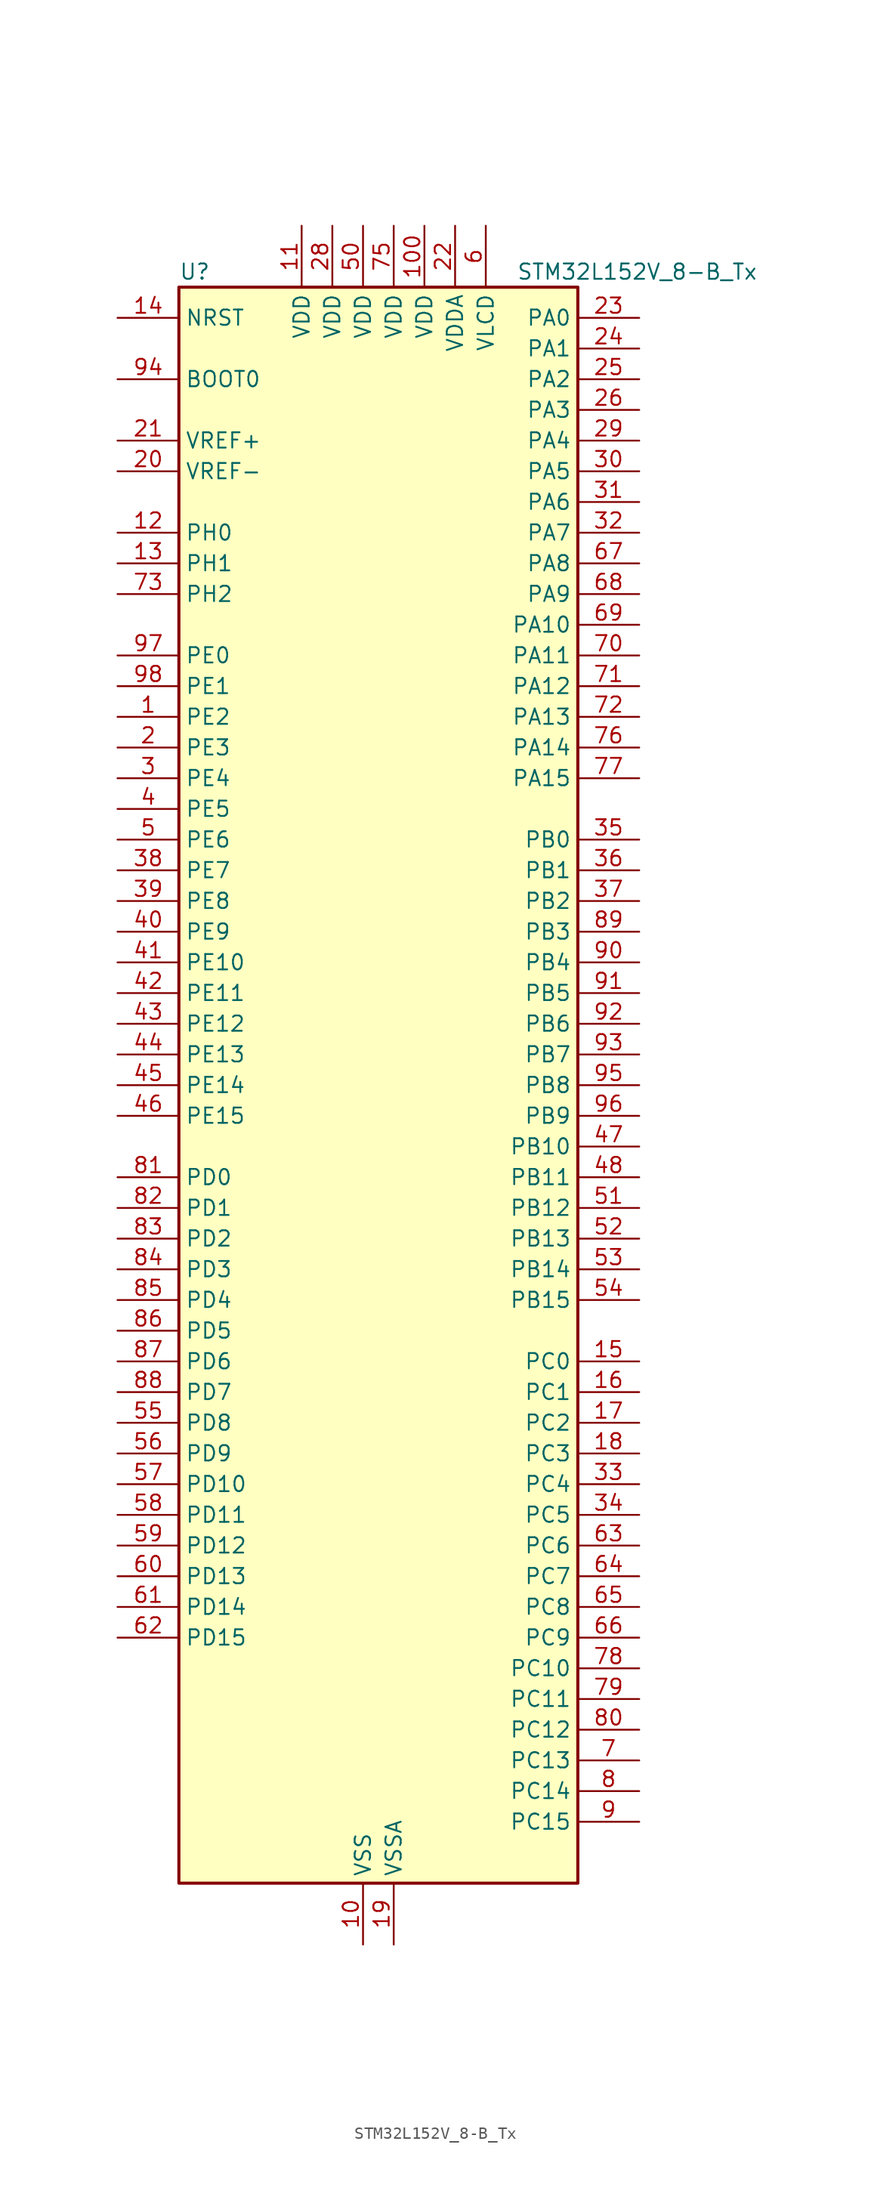
<source format=kicad_sym>
(kicad_symbol_lib
  (version 20231120)
  (generator "kicad_symbol_editor")
  (generator_version "8.0")
  (symbol "STM32L152V_8-B_Tx"
    (property "Reference" "U"
      (at -15.24 67.31 0)
      (effects (font (size 1.27 1.27)) (justify left)))
    (property "Value" "STM32L152V_8-B_Tx"
      (at 12.7 67.31 0)
      (effects (font (size 1.27 1.27)) (justify left)))
    (property "ki_locked" ""
      (at 0 0 0)
      (effects (font (size 1.27 1.27))))
    (symbol "STM32L152V_8-B_Tx_0_1"
      (rectangle (start -15.24 -66.04) (end 17.78 66.04) (stroke (width 0.254) (type default)) (fill (type background))))
    (symbol "STM32L152V_8-B_Tx_1_1"
      (pin bidirectional line (at -20.32 30.48 0) (length 5.08) (name "PE2" (effects (font (size 1.27 1.27)))) (number "1" (effects (font (size 1.27 1.27)))) (alternate "LCD_SEG38" bidirectional line) (alternate "SYS_TRACECK" bidirectional line) (alternate "TIM3_ETR" bidirectional line) (alternate "TIMX_IC3" bidirectional line))
      (pin power_in line (at 0 -71.12 90) (length 5.08) (name "VSS" (effects (font (size 1.27 1.27)))) (number "10" (effects (font (size 1.27 1.27)))))
      (pin power_in line (at 5.08 71.12 270) (length 5.08) (name "VDD" (effects (font (size 1.27 1.27)))) (number "100" (effects (font (size 1.27 1.27)))))
      (pin power_in line (at -5.08 71.12 270) (length 5.08) (name "VDD" (effects (font (size 1.27 1.27)))) (number "11" (effects (font (size 1.27 1.27)))))
      (pin bidirectional line (at -20.32 45.72 0) (length 5.08) (name "PH0" (effects (font (size 1.27 1.27)))) (number "12" (effects (font (size 1.27 1.27)))) (alternate "RCC_OSC_IN" bidirectional line))
      (pin bidirectional line (at -20.32 43.18 0) (length 5.08) (name "PH1" (effects (font (size 1.27 1.27)))) (number "13" (effects (font (size 1.27 1.27)))) (alternate "RCC_OSC_OUT" bidirectional line))
      (pin input line (at -20.32 63.5 0) (length 5.08) (name "NRST" (effects (font (size 1.27 1.27)))) (number "14" (effects (font (size 1.27 1.27)))))
      (pin bidirectional line (at 22.86 -22.86 180) (length 5.08) (name "PC0" (effects (font (size 1.27 1.27)))) (number "15" (effects (font (size 1.27 1.27)))) (alternate "ADC_IN10" bidirectional line) (alternate "COMP1_INP" bidirectional line) (alternate "LCD_SEG18" bidirectional line) (alternate "TIMX_IC1" bidirectional line) (alternate "TS_G8_IO1" bidirectional line))
      (pin bidirectional line (at 22.86 -25.4 180) (length 5.08) (name "PC1" (effects (font (size 1.27 1.27)))) (number "16" (effects (font (size 1.27 1.27)))) (alternate "ADC_IN11" bidirectional line) (alternate "COMP1_INP" bidirectional line) (alternate "LCD_SEG19" bidirectional line) (alternate "TIMX_IC2" bidirectional line) (alternate "TS_G8_IO2" bidirectional line))
      (pin bidirectional line (at 22.86 -27.94 180) (length 5.08) (name "PC2" (effects (font (size 1.27 1.27)))) (number "17" (effects (font (size 1.27 1.27)))) (alternate "ADC_IN12" bidirectional line) (alternate "COMP1_INP" bidirectional line) (alternate "LCD_SEG20" bidirectional line) (alternate "TIMX_IC3" bidirectional line) (alternate "TS_G8_IO3" bidirectional line))
      (pin bidirectional line (at 22.86 -30.48 180) (length 5.08) (name "PC3" (effects (font (size 1.27 1.27)))) (number "18" (effects (font (size 1.27 1.27)))) (alternate "ADC_IN13" bidirectional line) (alternate "COMP1_INP" bidirectional line) (alternate "LCD_SEG21" bidirectional line) (alternate "TIMX_IC4" bidirectional line) (alternate "TS_G8_IO4" bidirectional line))
      (pin power_in line (at 2.54 -71.12 90) (length 5.08) (name "VSSA" (effects (font (size 1.27 1.27)))) (number "19" (effects (font (size 1.27 1.27)))))
      (pin bidirectional line (at -20.32 27.94 0) (length 5.08) (name "PE3" (effects (font (size 1.27 1.27)))) (number "2" (effects (font (size 1.27 1.27)))) (alternate "LCD_SEG39" bidirectional line) (alternate "SYS_TRACED0" bidirectional line) (alternate "TIM3_CH1" bidirectional line) (alternate "TIMX_IC4" bidirectional line))
      (pin input line (at -20.32 50.8 0) (length 5.08) (name "VREF-" (effects (font (size 1.27 1.27)))) (number "20" (effects (font (size 1.27 1.27)))))
      (pin input line (at -20.32 53.34 0) (length 5.08) (name "VREF+" (effects (font (size 1.27 1.27)))) (number "21" (effects (font (size 1.27 1.27)))))
      (pin power_in line (at 7.62 71.12 270) (length 5.08) (name "VDDA" (effects (font (size 1.27 1.27)))) (number "22" (effects (font (size 1.27 1.27)))))
      (pin bidirectional line (at 22.86 63.5 180) (length 5.08) (name "PA0" (effects (font (size 1.27 1.27)))) (number "23" (effects (font (size 1.27 1.27)))) (alternate "ADC_IN0" bidirectional line) (alternate "COMP1_INP" bidirectional line) (alternate "SYS_WKUP1" bidirectional line) (alternate "TIM2_CH1" bidirectional line) (alternate "TIM2_ETR" bidirectional line) (alternate "TIMX_IC1" bidirectional line) (alternate "TS_G1_IO1" bidirectional line) (alternate "USART2_CTS" bidirectional line))
      (pin bidirectional line (at 22.86 60.96 180) (length 5.08) (name "PA1" (effects (font (size 1.27 1.27)))) (number "24" (effects (font (size 1.27 1.27)))) (alternate "ADC_IN1" bidirectional line) (alternate "COMP1_INP" bidirectional line) (alternate "LCD_SEG0" bidirectional line) (alternate "TIM2_CH2" bidirectional line) (alternate "TIMX_IC2" bidirectional line) (alternate "TS_G1_IO2" bidirectional line) (alternate "USART2_RTS" bidirectional line))
      (pin bidirectional line (at 22.86 58.42 180) (length 5.08) (name "PA2" (effects (font (size 1.27 1.27)))) (number "25" (effects (font (size 1.27 1.27)))) (alternate "ADC_IN2" bidirectional line) (alternate "COMP1_INP" bidirectional line) (alternate "LCD_SEG1" bidirectional line) (alternate "TIM2_CH3" bidirectional line) (alternate "TIM9_CH1" bidirectional line) (alternate "TIMX_IC3" bidirectional line) (alternate "TS_G1_IO3" bidirectional line) (alternate "USART2_TX" bidirectional line))
      (pin bidirectional line (at 22.86 55.88 180) (length 5.08) (name "PA3" (effects (font (size 1.27 1.27)))) (number "26" (effects (font (size 1.27 1.27)))) (alternate "ADC_IN3" bidirectional line) (alternate "COMP1_INP" bidirectional line) (alternate "LCD_SEG2" bidirectional line) (alternate "TIM2_CH4" bidirectional line) (alternate "TIM9_CH2" bidirectional line) (alternate "TIMX_IC4" bidirectional line) (alternate "TS_G1_IO4" bidirectional line) (alternate "USART2_RX" bidirectional line))
      (pin passive line (at 0 -71.12 90) (length 5.08) hide (name "VSS" (effects (font (size 1.27 1.27)))) (number "27" (effects (font (size 1.27 1.27)))))
      (pin power_in line (at -2.54 71.12 270) (length 5.08) (name "VDD" (effects (font (size 1.27 1.27)))) (number "28" (effects (font (size 1.27 1.27)))))
      (pin bidirectional line (at 22.86 53.34 180) (length 5.08) (name "PA4" (effects (font (size 1.27 1.27)))) (number "29" (effects (font (size 1.27 1.27)))) (alternate "ADC_IN4" bidirectional line) (alternate "COMP1_INP" bidirectional line) (alternate "DAC_OUT1" bidirectional line) (alternate "SPI1_NSS" bidirectional line) (alternate "TIMX_IC1" bidirectional line) (alternate "USART2_CK" bidirectional line))
      (pin bidirectional line (at -20.32 25.4 0) (length 5.08) (name "PE4" (effects (font (size 1.27 1.27)))) (number "3" (effects (font (size 1.27 1.27)))) (alternate "SYS_TRACED1" bidirectional line) (alternate "TIM3_CH2" bidirectional line) (alternate "TIMX_IC1" bidirectional line))
      (pin bidirectional line (at 22.86 50.8 180) (length 5.08) (name "PA5" (effects (font (size 1.27 1.27)))) (number "30" (effects (font (size 1.27 1.27)))) (alternate "ADC_IN5" bidirectional line) (alternate "COMP1_INP" bidirectional line) (alternate "DAC_OUT2" bidirectional line) (alternate "SPI1_SCK" bidirectional line) (alternate "TIM2_CH1" bidirectional line) (alternate "TIM2_ETR" bidirectional line) (alternate "TIMX_IC2" bidirectional line))
      (pin bidirectional line (at 22.86 48.26 180) (length 5.08) (name "PA6" (effects (font (size 1.27 1.27)))) (number "31" (effects (font (size 1.27 1.27)))) (alternate "ADC_IN6" bidirectional line) (alternate "COMP1_INP" bidirectional line) (alternate "LCD_SEG3" bidirectional line) (alternate "SPI1_MISO" bidirectional line) (alternate "TIM10_CH1" bidirectional line) (alternate "TIM3_CH1" bidirectional line) (alternate "TIMX_IC3" bidirectional line) (alternate "TS_G2_IO1" bidirectional line))
      (pin bidirectional line (at 22.86 45.72 180) (length 5.08) (name "PA7" (effects (font (size 1.27 1.27)))) (number "32" (effects (font (size 1.27 1.27)))) (alternate "ADC_IN7" bidirectional line) (alternate "COMP1_INP" bidirectional line) (alternate "LCD_SEG4" bidirectional line) (alternate "SPI1_MOSI" bidirectional line) (alternate "TIM11_CH1" bidirectional line) (alternate "TIM3_CH2" bidirectional line) (alternate "TIMX_IC4" bidirectional line) (alternate "TS_G2_IO2" bidirectional line))
      (pin bidirectional line (at 22.86 -33.02 180) (length 5.08) (name "PC4" (effects (font (size 1.27 1.27)))) (number "33" (effects (font (size 1.27 1.27)))) (alternate "ADC_IN14" bidirectional line) (alternate "COMP1_INP" bidirectional line) (alternate "LCD_SEG22" bidirectional line) (alternate "TIMX_IC1" bidirectional line) (alternate "TS_G9_IO1" bidirectional line))
      (pin bidirectional line (at 22.86 -35.56 180) (length 5.08) (name "PC5" (effects (font (size 1.27 1.27)))) (number "34" (effects (font (size 1.27 1.27)))) (alternate "ADC_IN15" bidirectional line) (alternate "COMP1_INP" bidirectional line) (alternate "LCD_SEG23" bidirectional line) (alternate "TIMX_IC2" bidirectional line) (alternate "TS_G9_IO2" bidirectional line))
      (pin bidirectional line (at 22.86 20.32 180) (length 5.08) (name "PB0" (effects (font (size 1.27 1.27)))) (number "35" (effects (font (size 1.27 1.27)))) (alternate "ADC_IN8" bidirectional line) (alternate "COMP1_INP" bidirectional line) (alternate "LCD_SEG5" bidirectional line) (alternate "SYS_V_REF_OUT" bidirectional line) (alternate "TIM3_CH3" bidirectional line) (alternate "TS_G3_IO1" bidirectional line))
      (pin bidirectional line (at 22.86 17.78 180) (length 5.08) (name "PB1" (effects (font (size 1.27 1.27)))) (number "36" (effects (font (size 1.27 1.27)))) (alternate "ADC_IN9" bidirectional line) (alternate "COMP1_INP" bidirectional line) (alternate "LCD_SEG6" bidirectional line) (alternate "SYS_V_REF_OUT" bidirectional line) (alternate "TIM3_CH4" bidirectional line) (alternate "TS_G3_IO2" bidirectional line))
      (pin bidirectional line (at 22.86 15.24 180) (length 5.08) (name "PB2" (effects (font (size 1.27 1.27)))) (number "37" (effects (font (size 1.27 1.27)))))
      (pin bidirectional line (at -20.32 17.78 0) (length 5.08) (name "PE7" (effects (font (size 1.27 1.27)))) (number "38" (effects (font (size 1.27 1.27)))) (alternate "ADC_IN22" bidirectional line) (alternate "COMP1_INP" bidirectional line) (alternate "TIMX_IC4" bidirectional line))
      (pin bidirectional line (at -20.32 15.24 0) (length 5.08) (name "PE8" (effects (font (size 1.27 1.27)))) (number "39" (effects (font (size 1.27 1.27)))) (alternate "ADC_IN23" bidirectional line) (alternate "COMP1_INP" bidirectional line) (alternate "TIMX_IC1" bidirectional line))
      (pin bidirectional line (at -20.32 22.86 0) (length 5.08) (name "PE5" (effects (font (size 1.27 1.27)))) (number "4" (effects (font (size 1.27 1.27)))) (alternate "SYS_TRACED2" bidirectional line) (alternate "TIM9_CH1" bidirectional line) (alternate "TIMX_IC2" bidirectional line))
      (pin bidirectional line (at -20.32 12.7 0) (length 5.08) (name "PE9" (effects (font (size 1.27 1.27)))) (number "40" (effects (font (size 1.27 1.27)))) (alternate "ADC_IN24" bidirectional line) (alternate "COMP1_INP" bidirectional line) (alternate "DAC_EXTI9" bidirectional line) (alternate "TIM2_CH1" bidirectional line) (alternate "TIM2_ETR" bidirectional line) (alternate "TIMX_IC2" bidirectional line))
      (pin bidirectional line (at -20.32 10.16 0) (length 5.08) (name "PE10" (effects (font (size 1.27 1.27)))) (number "41" (effects (font (size 1.27 1.27)))) (alternate "ADC_IN25" bidirectional line) (alternate "COMP1_INP" bidirectional line) (alternate "TIM2_CH2" bidirectional line) (alternate "TIMX_IC3" bidirectional line))
      (pin bidirectional line (at -20.32 7.62 0) (length 5.08) (name "PE11" (effects (font (size 1.27 1.27)))) (number "42" (effects (font (size 1.27 1.27)))) (alternate "ADC_EXTI11" bidirectional line) (alternate "TIM2_CH3" bidirectional line) (alternate "TIMX_IC4" bidirectional line))
      (pin bidirectional line (at -20.32 5.08 0) (length 5.08) (name "PE12" (effects (font (size 1.27 1.27)))) (number "43" (effects (font (size 1.27 1.27)))) (alternate "SPI1_NSS" bidirectional line) (alternate "TIM2_CH4" bidirectional line) (alternate "TIMX_IC1" bidirectional line))
      (pin bidirectional line (at -20.32 2.54 0) (length 5.08) (name "PE13" (effects (font (size 1.27 1.27)))) (number "44" (effects (font (size 1.27 1.27)))) (alternate "SPI1_SCK" bidirectional line) (alternate "TIMX_IC2" bidirectional line))
      (pin bidirectional line (at -20.32 0 0) (length 5.08) (name "PE14" (effects (font (size 1.27 1.27)))) (number "45" (effects (font (size 1.27 1.27)))) (alternate "SPI1_MISO" bidirectional line) (alternate "TIMX_IC3" bidirectional line))
      (pin bidirectional line (at -20.32 -2.54 0) (length 5.08) (name "PE15" (effects (font (size 1.27 1.27)))) (number "46" (effects (font (size 1.27 1.27)))) (alternate "ADC_EXTI15" bidirectional line) (alternate "SPI1_MOSI" bidirectional line) (alternate "TIMX_IC4" bidirectional line))
      (pin bidirectional line (at 22.86 -5.08 180) (length 5.08) (name "PB10" (effects (font (size 1.27 1.27)))) (number "47" (effects (font (size 1.27 1.27)))) (alternate "I2C2_SCL" bidirectional line) (alternate "LCD_SEG10" bidirectional line) (alternate "TIM2_CH3" bidirectional line) (alternate "USART3_TX" bidirectional line))
      (pin bidirectional line (at 22.86 -7.62 180) (length 5.08) (name "PB11" (effects (font (size 1.27 1.27)))) (number "48" (effects (font (size 1.27 1.27)))) (alternate "ADC_EXTI11" bidirectional line) (alternate "I2C2_SDA" bidirectional line) (alternate "LCD_SEG11" bidirectional line) (alternate "TIM2_CH4" bidirectional line) (alternate "USART3_RX" bidirectional line))
      (pin passive line (at 0 -71.12 90) (length 5.08) hide (name "VSS" (effects (font (size 1.27 1.27)))) (number "49" (effects (font (size 1.27 1.27)))))
      (pin bidirectional line (at -20.32 20.32 0) (length 5.08) (name "PE6" (effects (font (size 1.27 1.27)))) (number "5" (effects (font (size 1.27 1.27)))) (alternate "SYS_TRACED3" bidirectional line) (alternate "SYS_WKUP3" bidirectional line) (alternate "TIM9_CH2" bidirectional line) (alternate "TIMX_IC3" bidirectional line))
      (pin power_in line (at 0 71.12 270) (length 5.08) (name "VDD" (effects (font (size 1.27 1.27)))) (number "50" (effects (font (size 1.27 1.27)))))
      (pin bidirectional line (at 22.86 -10.16 180) (length 5.08) (name "PB12" (effects (font (size 1.27 1.27)))) (number "51" (effects (font (size 1.27 1.27)))) (alternate "ADC_IN18" bidirectional line) (alternate "COMP1_INP" bidirectional line) (alternate "I2C2_SMBA" bidirectional line) (alternate "LCD_SEG12" bidirectional line) (alternate "SPI2_NSS" bidirectional line) (alternate "TIM10_CH1" bidirectional line) (alternate "TS_G7_IO1" bidirectional line) (alternate "USART3_CK" bidirectional line))
      (pin bidirectional line (at 22.86 -12.7 180) (length 5.08) (name "PB13" (effects (font (size 1.27 1.27)))) (number "52" (effects (font (size 1.27 1.27)))) (alternate "ADC_IN19" bidirectional line) (alternate "COMP1_INP" bidirectional line) (alternate "LCD_SEG13" bidirectional line) (alternate "SPI2_SCK" bidirectional line) (alternate "TIM9_CH1" bidirectional line) (alternate "TS_G7_IO2" bidirectional line) (alternate "USART3_CTS" bidirectional line))
      (pin bidirectional line (at 22.86 -15.24 180) (length 5.08) (name "PB14" (effects (font (size 1.27 1.27)))) (number "53" (effects (font (size 1.27 1.27)))) (alternate "ADC_IN20" bidirectional line) (alternate "COMP1_INP" bidirectional line) (alternate "LCD_SEG14" bidirectional line) (alternate "SPI2_MISO" bidirectional line) (alternate "TIM9_CH2" bidirectional line) (alternate "TS_G7_IO3" bidirectional line) (alternate "USART3_RTS" bidirectional line))
      (pin bidirectional line (at 22.86 -17.78 180) (length 5.08) (name "PB15" (effects (font (size 1.27 1.27)))) (number "54" (effects (font (size 1.27 1.27)))) (alternate "ADC_EXTI15" bidirectional line) (alternate "ADC_IN21" bidirectional line) (alternate "COMP1_INP" bidirectional line) (alternate "LCD_SEG15" bidirectional line) (alternate "RTC_REFIN" bidirectional line) (alternate "SPI2_MOSI" bidirectional line) (alternate "TIM11_CH1" bidirectional line) (alternate "TS_G7_IO4" bidirectional line))
      (pin bidirectional line (at -20.32 -27.94 0) (length 5.08) (name "PD8" (effects (font (size 1.27 1.27)))) (number "55" (effects (font (size 1.27 1.27)))) (alternate "LCD_SEG28" bidirectional line) (alternate "TIMX_IC1" bidirectional line) (alternate "USART3_TX" bidirectional line))
      (pin bidirectional line (at -20.32 -30.48 0) (length 5.08) (name "PD9" (effects (font (size 1.27 1.27)))) (number "56" (effects (font (size 1.27 1.27)))) (alternate "DAC_EXTI9" bidirectional line) (alternate "LCD_SEG29" bidirectional line) (alternate "TIMX_IC2" bidirectional line) (alternate "USART3_RX" bidirectional line))
      (pin bidirectional line (at -20.32 -33.02 0) (length 5.08) (name "PD10" (effects (font (size 1.27 1.27)))) (number "57" (effects (font (size 1.27 1.27)))) (alternate "LCD_SEG30" bidirectional line) (alternate "TIMX_IC3" bidirectional line) (alternate "USART3_CK" bidirectional line))
      (pin bidirectional line (at -20.32 -35.56 0) (length 5.08) (name "PD11" (effects (font (size 1.27 1.27)))) (number "58" (effects (font (size 1.27 1.27)))) (alternate "ADC_EXTI11" bidirectional line) (alternate "LCD_SEG31" bidirectional line) (alternate "TIMX_IC4" bidirectional line) (alternate "USART3_CTS" bidirectional line))
      (pin bidirectional line (at -20.32 -38.1 0) (length 5.08) (name "PD12" (effects (font (size 1.27 1.27)))) (number "59" (effects (font (size 1.27 1.27)))) (alternate "LCD_SEG32" bidirectional line) (alternate "TIM4_CH1" bidirectional line) (alternate "TIMX_IC1" bidirectional line) (alternate "USART3_RTS" bidirectional line))
      (pin power_in line (at 10.16 71.12 270) (length 5.08) (name "VLCD" (effects (font (size 1.27 1.27)))) (number "6" (effects (font (size 1.27 1.27)))))
      (pin bidirectional line (at -20.32 -40.64 0) (length 5.08) (name "PD13" (effects (font (size 1.27 1.27)))) (number "60" (effects (font (size 1.27 1.27)))) (alternate "LCD_SEG33" bidirectional line) (alternate "TIM4_CH2" bidirectional line) (alternate "TIMX_IC2" bidirectional line))
      (pin bidirectional line (at -20.32 -43.18 0) (length 5.08) (name "PD14" (effects (font (size 1.27 1.27)))) (number "61" (effects (font (size 1.27 1.27)))) (alternate "LCD_SEG34" bidirectional line) (alternate "TIM4_CH3" bidirectional line) (alternate "TIMX_IC3" bidirectional line))
      (pin bidirectional line (at -20.32 -45.72 0) (length 5.08) (name "PD15" (effects (font (size 1.27 1.27)))) (number "62" (effects (font (size 1.27 1.27)))) (alternate "ADC_EXTI15" bidirectional line) (alternate "LCD_SEG35" bidirectional line) (alternate "TIM4_CH4" bidirectional line) (alternate "TIMX_IC4" bidirectional line))
      (pin bidirectional line (at 22.86 -38.1 180) (length 5.08) (name "PC6" (effects (font (size 1.27 1.27)))) (number "63" (effects (font (size 1.27 1.27)))) (alternate "LCD_SEG24" bidirectional line) (alternate "TIM3_CH1" bidirectional line) (alternate "TIMX_IC3" bidirectional line) (alternate "TS_G10_IO1" bidirectional line))
      (pin bidirectional line (at 22.86 -40.64 180) (length 5.08) (name "PC7" (effects (font (size 1.27 1.27)))) (number "64" (effects (font (size 1.27 1.27)))) (alternate "LCD_SEG25" bidirectional line) (alternate "TIM3_CH2" bidirectional line) (alternate "TIMX_IC4" bidirectional line) (alternate "TS_G10_IO2" bidirectional line))
      (pin bidirectional line (at 22.86 -43.18 180) (length 5.08) (name "PC8" (effects (font (size 1.27 1.27)))) (number "65" (effects (font (size 1.27 1.27)))) (alternate "LCD_SEG26" bidirectional line) (alternate "TIM3_CH3" bidirectional line) (alternate "TIMX_IC1" bidirectional line) (alternate "TS_G10_IO3" bidirectional line))
      (pin bidirectional line (at 22.86 -45.72 180) (length 5.08) (name "PC9" (effects (font (size 1.27 1.27)))) (number "66" (effects (font (size 1.27 1.27)))) (alternate "DAC_EXTI9" bidirectional line) (alternate "LCD_SEG27" bidirectional line) (alternate "TIM3_CH4" bidirectional line) (alternate "TIMX_IC2" bidirectional line) (alternate "TS_G10_IO4" bidirectional line))
      (pin bidirectional line (at 22.86 43.18 180) (length 5.08) (name "PA8" (effects (font (size 1.27 1.27)))) (number "67" (effects (font (size 1.27 1.27)))) (alternate "LCD_COM0" bidirectional line) (alternate "RCC_MCO" bidirectional line) (alternate "TIMX_IC1" bidirectional line) (alternate "TS_G4_IO1" bidirectional line) (alternate "USART1_CK" bidirectional line))
      (pin bidirectional line (at 22.86 40.64 180) (length 5.08) (name "PA9" (effects (font (size 1.27 1.27)))) (number "68" (effects (font (size 1.27 1.27)))) (alternate "DAC_EXTI9" bidirectional line) (alternate "LCD_COM1" bidirectional line) (alternate "TIMX_IC2" bidirectional line) (alternate "TS_G4_IO2" bidirectional line) (alternate "USART1_TX" bidirectional line))
      (pin bidirectional line (at 22.86 38.1 180) (length 5.08) (name "PA10" (effects (font (size 1.27 1.27)))) (number "69" (effects (font (size 1.27 1.27)))) (alternate "LCD_COM2" bidirectional line) (alternate "TIMX_IC3" bidirectional line) (alternate "TS_G4_IO3" bidirectional line) (alternate "USART1_RX" bidirectional line))
      (pin bidirectional line (at 22.86 -55.88 180) (length 5.08) (name "PC13" (effects (font (size 1.27 1.27)))) (number "7" (effects (font (size 1.27 1.27)))) (alternate "RTC_OUT_ALARM" bidirectional line) (alternate "RTC_OUT_CALIB" bidirectional line) (alternate "RTC_TAMP1" bidirectional line) (alternate "RTC_TS" bidirectional line) (alternate "SYS_WKUP2" bidirectional line) (alternate "TIMX_IC2" bidirectional line))
      (pin bidirectional line (at 22.86 35.56 180) (length 5.08) (name "PA11" (effects (font (size 1.27 1.27)))) (number "70" (effects (font (size 1.27 1.27)))) (alternate "ADC_EXTI11" bidirectional line) (alternate "SPI1_MISO" bidirectional line) (alternate "TIMX_IC4" bidirectional line) (alternate "USART1_CTS" bidirectional line) (alternate "USB_DM" bidirectional line))
      (pin bidirectional line (at 22.86 33.02 180) (length 5.08) (name "PA12" (effects (font (size 1.27 1.27)))) (number "71" (effects (font (size 1.27 1.27)))) (alternate "SPI1_MOSI" bidirectional line) (alternate "TIMX_IC1" bidirectional line) (alternate "USART1_RTS" bidirectional line) (alternate "USB_DP" bidirectional line))
      (pin bidirectional line (at 22.86 30.48 180) (length 5.08) (name "PA13" (effects (font (size 1.27 1.27)))) (number "72" (effects (font (size 1.27 1.27)))) (alternate "SYS_JTMS-SWDIO" bidirectional line) (alternate "TIMX_IC2" bidirectional line) (alternate "TS_G5_IO1" bidirectional line))
      (pin bidirectional line (at -20.32 40.64 0) (length 5.08) (name "PH2" (effects (font (size 1.27 1.27)))) (number "73" (effects (font (size 1.27 1.27)))))
      (pin passive line (at 0 -71.12 90) (length 5.08) hide (name "VSS" (effects (font (size 1.27 1.27)))) (number "74" (effects (font (size 1.27 1.27)))))
      (pin power_in line (at 2.54 71.12 270) (length 5.08) (name "VDD" (effects (font (size 1.27 1.27)))) (number "75" (effects (font (size 1.27 1.27)))))
      (pin bidirectional line (at 22.86 27.94 180) (length 5.08) (name "PA14" (effects (font (size 1.27 1.27)))) (number "76" (effects (font (size 1.27 1.27)))) (alternate "SYS_JTCK-SWCLK" bidirectional line) (alternate "TIMX_IC3" bidirectional line) (alternate "TS_G5_IO2" bidirectional line))
      (pin bidirectional line (at 22.86 25.4 180) (length 5.08) (name "PA15" (effects (font (size 1.27 1.27)))) (number "77" (effects (font (size 1.27 1.27)))) (alternate "ADC_EXTI15" bidirectional line) (alternate "LCD_SEG17" bidirectional line) (alternate "SPI1_NSS" bidirectional line) (alternate "SYS_JTDI" bidirectional line) (alternate "TIM2_CH1" bidirectional line) (alternate "TIM2_ETR" bidirectional line) (alternate "TIMX_IC4" bidirectional line) (alternate "TS_G5_IO3" bidirectional line))
      (pin bidirectional line (at 22.86 -48.26 180) (length 5.08) (name "PC10" (effects (font (size 1.27 1.27)))) (number "78" (effects (font (size 1.27 1.27)))) (alternate "LCD_COM4" bidirectional line) (alternate "LCD_SEG28" bidirectional line) (alternate "LCD_SEG40" bidirectional line) (alternate "TIMX_IC3" bidirectional line) (alternate "USART3_TX" bidirectional line))
      (pin bidirectional line (at 22.86 -50.8 180) (length 5.08) (name "PC11" (effects (font (size 1.27 1.27)))) (number "79" (effects (font (size 1.27 1.27)))) (alternate "ADC_EXTI11" bidirectional line) (alternate "LCD_COM5" bidirectional line) (alternate "LCD_SEG29" bidirectional line) (alternate "LCD_SEG41" bidirectional line) (alternate "TIMX_IC4" bidirectional line) (alternate "USART3_RX" bidirectional line))
      (pin bidirectional line (at 22.86 -58.42 180) (length 5.08) (name "PC14" (effects (font (size 1.27 1.27)))) (number "8" (effects (font (size 1.27 1.27)))) (alternate "RCC_OSC32_IN" bidirectional line) (alternate "TIMX_IC3" bidirectional line))
      (pin bidirectional line (at 22.86 -53.34 180) (length 5.08) (name "PC12" (effects (font (size 1.27 1.27)))) (number "80" (effects (font (size 1.27 1.27)))) (alternate "LCD_COM6" bidirectional line) (alternate "LCD_SEG30" bidirectional line) (alternate "LCD_SEG42" bidirectional line) (alternate "TIMX_IC1" bidirectional line) (alternate "USART3_CK" bidirectional line))
      (pin bidirectional line (at -20.32 -7.62 0) (length 5.08) (name "PD0" (effects (font (size 1.27 1.27)))) (number "81" (effects (font (size 1.27 1.27)))) (alternate "SPI2_NSS" bidirectional line) (alternate "TIM9_CH1" bidirectional line) (alternate "TIMX_IC1" bidirectional line))
      (pin bidirectional line (at -20.32 -10.16 0) (length 5.08) (name "PD1" (effects (font (size 1.27 1.27)))) (number "82" (effects (font (size 1.27 1.27)))) (alternate "SPI2_SCK" bidirectional line) (alternate "TIMX_IC2" bidirectional line))
      (pin bidirectional line (at -20.32 -12.7 0) (length 5.08) (name "PD2" (effects (font (size 1.27 1.27)))) (number "83" (effects (font (size 1.27 1.27)))) (alternate "LCD_COM7" bidirectional line) (alternate "LCD_SEG31" bidirectional line) (alternate "LCD_SEG43" bidirectional line) (alternate "TIM3_ETR" bidirectional line) (alternate "TIMX_IC3" bidirectional line))
      (pin bidirectional line (at -20.32 -15.24 0) (length 5.08) (name "PD3" (effects (font (size 1.27 1.27)))) (number "84" (effects (font (size 1.27 1.27)))) (alternate "SPI2_MISO" bidirectional line) (alternate "TIMX_IC4" bidirectional line) (alternate "USART2_CTS" bidirectional line))
      (pin bidirectional line (at -20.32 -17.78 0) (length 5.08) (name "PD4" (effects (font (size 1.27 1.27)))) (number "85" (effects (font (size 1.27 1.27)))) (alternate "SPI2_MOSI" bidirectional line) (alternate "TIMX_IC1" bidirectional line) (alternate "USART2_RTS" bidirectional line))
      (pin bidirectional line (at -20.32 -20.32 0) (length 5.08) (name "PD5" (effects (font (size 1.27 1.27)))) (number "86" (effects (font (size 1.27 1.27)))) (alternate "TIMX_IC2" bidirectional line) (alternate "USART2_TX" bidirectional line))
      (pin bidirectional line (at -20.32 -22.86 0) (length 5.08) (name "PD6" (effects (font (size 1.27 1.27)))) (number "87" (effects (font (size 1.27 1.27)))) (alternate "TIMX_IC3" bidirectional line) (alternate "USART2_RX" bidirectional line))
      (pin bidirectional line (at -20.32 -25.4 0) (length 5.08) (name "PD7" (effects (font (size 1.27 1.27)))) (number "88" (effects (font (size 1.27 1.27)))) (alternate "TIM9_CH2" bidirectional line) (alternate "TIMX_IC4" bidirectional line) (alternate "USART2_CK" bidirectional line))
      (pin bidirectional line (at 22.86 12.7 180) (length 5.08) (name "PB3" (effects (font (size 1.27 1.27)))) (number "89" (effects (font (size 1.27 1.27)))) (alternate "COMP2_INM" bidirectional line) (alternate "LCD_SEG7" bidirectional line) (alternate "SPI1_SCK" bidirectional line) (alternate "SYS_JTDO-TRACESWO" bidirectional line) (alternate "TIM2_CH2" bidirectional line))
      (pin bidirectional line (at 22.86 -60.96 180) (length 5.08) (name "PC15" (effects (font (size 1.27 1.27)))) (number "9" (effects (font (size 1.27 1.27)))) (alternate "ADC_EXTI15" bidirectional line) (alternate "RCC_OSC32_OUT" bidirectional line) (alternate "TIMX_IC4" bidirectional line))
      (pin bidirectional line (at 22.86 10.16 180) (length 5.08) (name "PB4" (effects (font (size 1.27 1.27)))) (number "90" (effects (font (size 1.27 1.27)))) (alternate "COMP2_INP" bidirectional line) (alternate "LCD_SEG8" bidirectional line) (alternate "SPI1_MISO" bidirectional line) (alternate "SYS_JTRST" bidirectional line) (alternate "TIM3_CH1" bidirectional line) (alternate "TS_G6_IO1" bidirectional line))
      (pin bidirectional line (at 22.86 7.62 180) (length 5.08) (name "PB5" (effects (font (size 1.27 1.27)))) (number "91" (effects (font (size 1.27 1.27)))) (alternate "COMP2_INP" bidirectional line) (alternate "I2C1_SMBA" bidirectional line) (alternate "LCD_SEG9" bidirectional line) (alternate "SPI1_MOSI" bidirectional line) (alternate "TIM3_CH2" bidirectional line) (alternate "TS_G6_IO2" bidirectional line))
      (pin bidirectional line (at 22.86 5.08 180) (length 5.08) (name "PB6" (effects (font (size 1.27 1.27)))) (number "92" (effects (font (size 1.27 1.27)))) (alternate "I2C1_SCL" bidirectional line) (alternate "TIM4_CH1" bidirectional line) (alternate "USART1_TX" bidirectional line))
      (pin bidirectional line (at 22.86 2.54 180) (length 5.08) (name "PB7" (effects (font (size 1.27 1.27)))) (number "93" (effects (font (size 1.27 1.27)))) (alternate "I2C1_SDA" bidirectional line) (alternate "SYS_PVD_IN" bidirectional line) (alternate "TIM4_CH2" bidirectional line) (alternate "USART1_RX" bidirectional line))
      (pin input line (at -20.32 58.42 0) (length 5.08) (name "BOOT0" (effects (font (size 1.27 1.27)))) (number "94" (effects (font (size 1.27 1.27)))))
      (pin bidirectional line (at 22.86 0 180) (length 5.08) (name "PB8" (effects (font (size 1.27 1.27)))) (number "95" (effects (font (size 1.27 1.27)))) (alternate "I2C1_SCL" bidirectional line) (alternate "LCD_SEG16" bidirectional line) (alternate "TIM10_CH1" bidirectional line) (alternate "TIM4_CH3" bidirectional line))
      (pin bidirectional line (at 22.86 -2.54 180) (length 5.08) (name "PB9" (effects (font (size 1.27 1.27)))) (number "96" (effects (font (size 1.27 1.27)))) (alternate "DAC_EXTI9" bidirectional line) (alternate "I2C1_SDA" bidirectional line) (alternate "LCD_COM3" bidirectional line) (alternate "TIM11_CH1" bidirectional line) (alternate "TIM4_CH4" bidirectional line))
      (pin bidirectional line (at -20.32 35.56 0) (length 5.08) (name "PE0" (effects (font (size 1.27 1.27)))) (number "97" (effects (font (size 1.27 1.27)))) (alternate "LCD_SEG36" bidirectional line) (alternate "TIM10_CH1" bidirectional line) (alternate "TIM4_ETR" bidirectional line) (alternate "TIMX_IC1" bidirectional line))
      (pin bidirectional line (at -20.32 33.02 0) (length 5.08) (name "PE1" (effects (font (size 1.27 1.27)))) (number "98" (effects (font (size 1.27 1.27)))) (alternate "LCD_SEG37" bidirectional line) (alternate "TIM11_CH1" bidirectional line) (alternate "TIMX_IC2" bidirectional line))
      (pin passive line (at 0 -71.12 90) (length 5.08) hide (name "VSS" (effects (font (size 1.27 1.27)))) (number "99" (effects (font (size 1.27 1.27))))))))
</source>
